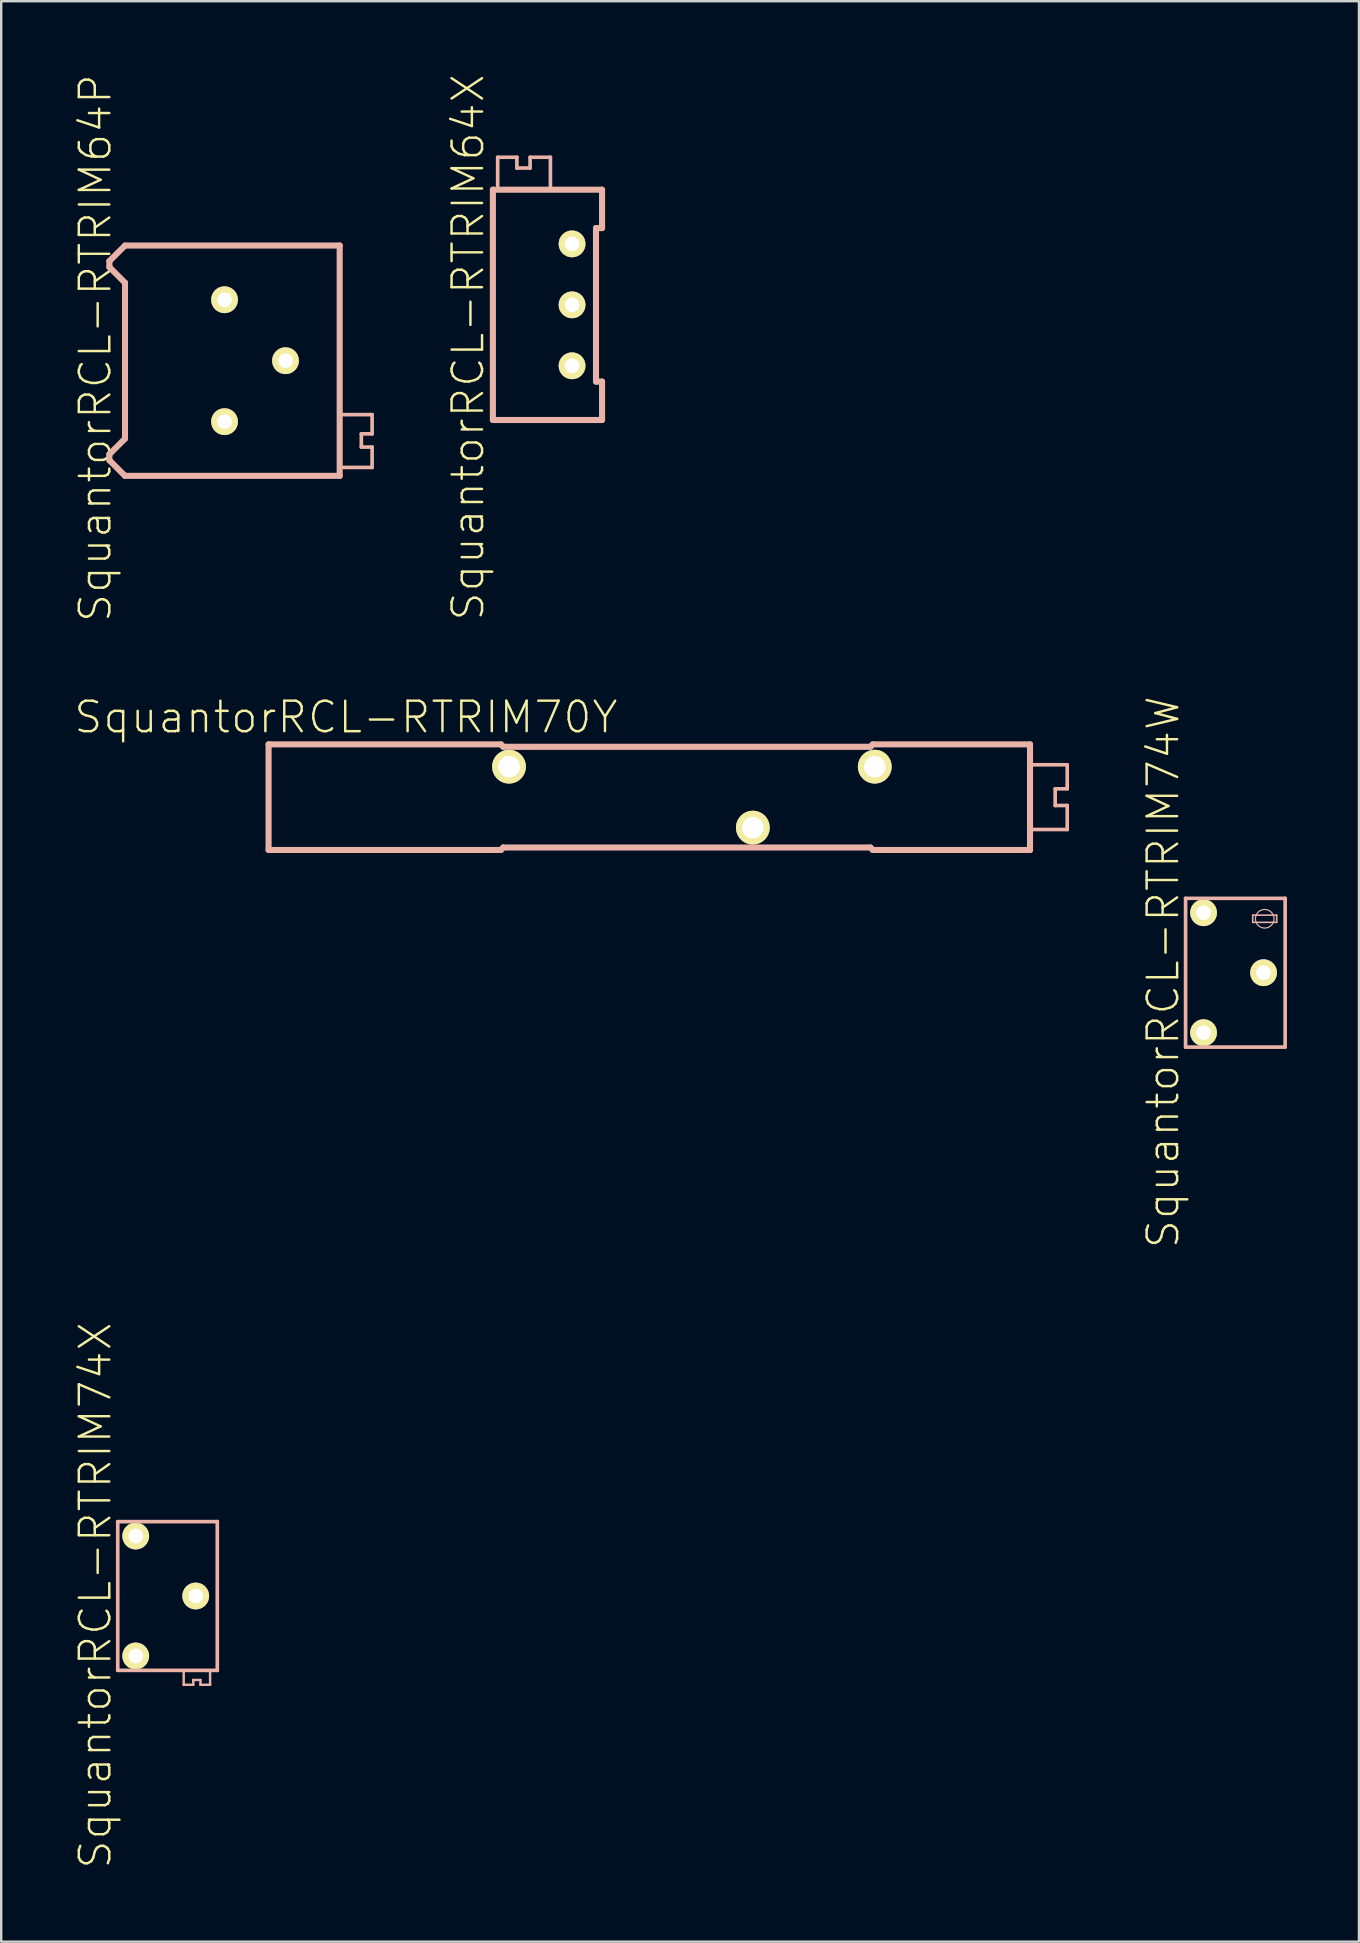
<source format=kicad_pcb>
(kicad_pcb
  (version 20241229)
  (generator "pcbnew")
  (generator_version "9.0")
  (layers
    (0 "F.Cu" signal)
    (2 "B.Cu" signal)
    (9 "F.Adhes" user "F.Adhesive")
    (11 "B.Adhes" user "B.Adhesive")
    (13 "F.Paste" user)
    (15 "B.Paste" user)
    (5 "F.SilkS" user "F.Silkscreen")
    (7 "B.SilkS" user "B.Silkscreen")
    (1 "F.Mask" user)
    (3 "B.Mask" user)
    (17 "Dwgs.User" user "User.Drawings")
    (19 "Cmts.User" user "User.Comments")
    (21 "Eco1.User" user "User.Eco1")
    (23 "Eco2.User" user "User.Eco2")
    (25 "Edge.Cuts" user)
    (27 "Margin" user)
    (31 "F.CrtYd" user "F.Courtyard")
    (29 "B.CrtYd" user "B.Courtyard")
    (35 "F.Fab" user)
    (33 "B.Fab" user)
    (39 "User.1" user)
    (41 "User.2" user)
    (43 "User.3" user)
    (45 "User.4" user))
  (footprint "SquantorRCL-RTRIM70Y"
    (layer "F.Cu")
    (at 24.509 30.165)
    (property "Reference" "SquantorRCL-RTRIM70Y" (at -13.145 -3.332 0) (layer "F.SilkS") (effects (font (size 1.27 1.27) (thickness 0.102))))
    (attr exclude_from_pos_files exclude_from_bom)
    (fp_line (start -16.368 -2.2) (end -16.368 2.2) (stroke (width 0.254) (type solid)) (layer "B.SilkS"))
    (fp_line (start -16.368 2.2) (end -6.688 2.2) (stroke (width 0.254) (type solid)) (layer "B.SilkS"))
    (fp_line (start -6.688 -2.2) (end -16.368 -2.2) (stroke (width 0.254) (type solid)) (layer "B.SilkS"))
    (fp_line (start -6.589 -2.098) (end -6.688 -2.2) (stroke (width 0.254) (type solid)) (layer "B.SilkS"))
    (fp_line (start -6.589 2.098) (end -6.688 2.2) (stroke (width 0.254) (type solid)) (layer "B.SilkS"))
    (fp_line (start 8.71 -2.098) (end -6.589 -2.098) (stroke (width 0.254) (type solid)) (layer "B.SilkS"))
    (fp_line (start 8.71 2.098) (end -6.589 2.098) (stroke (width 0.254) (type solid)) (layer "B.SilkS"))
    (fp_line (start 8.71 2.098) (end 8.809 2.2) (stroke (width 0.254) (type solid)) (layer "B.SilkS"))
    (fp_line (start 8.809 -2.2) (end 8.71 -2.098) (stroke (width 0.254) (type solid)) (layer "B.SilkS"))
    (fp_line (start 8.809 2.2) (end 15.359 2.2) (stroke (width 0.254) (type solid)) (layer "B.SilkS"))
    (fp_line (start 15.359 -2.2) (end 8.809 -2.2) (stroke (width 0.254) (type solid)) (layer "B.SilkS"))
    (fp_line (start 15.359 2.2) (end 15.359 -2.2) (stroke (width 0.254) (type solid)) (layer "B.SilkS"))
    (fp_line (start 15.458 -1.349) (end 16.909 -1.349) (stroke (width 0.152) (type solid)) (layer "B.SilkS"))
    (fp_line (start 16.408 -0.348) (end 16.408 0.348) (stroke (width 0.152) (type solid)) (layer "B.SilkS"))
    (fp_line (start 16.408 0.348) (end 16.909 0.348) (stroke (width 0.152) (type solid)) (layer "B.SilkS"))
    (fp_line (start 16.909 -1.349) (end 16.909 -0.348) (stroke (width 0.152) (type solid)) (layer "B.SilkS"))
    (fp_line (start 16.909 -0.348) (end 16.408 -0.348) (stroke (width 0.152) (type solid)) (layer "B.SilkS"))
    (fp_line (start 16.909 0.348) (end 16.909 1.349) (stroke (width 0.152) (type solid)) (layer "B.SilkS"))
    (fp_line (start 16.909 1.349) (end 15.458 1.349) (stroke (width 0.152) (type solid)) (layer "B.SilkS"))
    (pad "1" thru_hole circle (at -6.35 -1.27) (size 1.407 1.407) (drill 0.899) (layers "*.Cu" "F.Mask" "F.SilkS" "F.Paste"))
    (pad "2" thru_hole circle (at 3.81 1.27) (size 1.407 1.407) (drill 0.899) (layers "*.Cu" "F.Mask" "F.SilkS" "F.Paste"))
    (pad "3" thru_hole circle (at 8.89 -1.27) (size 1.407 1.407) (drill 0.899) (layers "*.Cu" "F.Mask" "F.SilkS" "F.Paste")))
  (footprint "SquantorRCL-RTRIM64X"
    (layer "F.Cu")
    (at 19.516 9.652)
    (property "Reference" "SquantorRCL-RTRIM64X" (at -3.063 1.773 90) (layer "F.SilkS") (effects (font (size 1.27 1.27) (thickness 0.102))))
    (attr exclude_from_pos_files exclude_from_bom)
    (fp_line (start -2.029 -4.798) (end 2.52 -4.798) (stroke (width 0.254) (type solid)) (layer "B.SilkS"))
    (fp_line (start -2.029 4.798) (end -2.029 -4.798) (stroke (width 0.254) (type solid)) (layer "B.SilkS"))
    (fp_line (start -1.829 -6.149) (end -1.029 -6.149) (stroke (width 0.152) (type solid)) (layer "B.SilkS"))
    (fp_line (start -1.829 -4.948) (end -1.829 -6.149) (stroke (width 0.152) (type solid)) (layer "B.SilkS"))
    (fp_line (start -1.029 -6.149) (end -1.029 -5.7) (stroke (width 0.152) (type solid)) (layer "B.SilkS"))
    (fp_line (start -1.029 -5.7) (end -0.478 -5.7) (stroke (width 0.152) (type solid)) (layer "B.SilkS"))
    (fp_line (start -0.478 -6.149) (end 0.368 -6.149) (stroke (width 0.152) (type solid)) (layer "B.SilkS"))
    (fp_line (start -0.478 -5.7) (end -0.478 -6.149) (stroke (width 0.152) (type solid)) (layer "B.SilkS"))
    (fp_line (start 0.368 -6.149) (end 0.368 -4.948) (stroke (width 0.152) (type solid)) (layer "B.SilkS"))
    (fp_line (start 2.268 -3.198) (end 2.268 3.198) (stroke (width 0.254) (type solid)) (layer "B.SilkS"))
    (fp_line (start 2.268 3.198) (end 2.52 3.198) (stroke (width 0.254) (type solid)) (layer "B.SilkS"))
    (fp_line (start 2.52 -4.798) (end 2.52 -3.198) (stroke (width 0.254) (type solid)) (layer "B.SilkS"))
    (fp_line (start 2.52 -3.198) (end 2.268 -3.198) (stroke (width 0.254) (type solid)) (layer "B.SilkS"))
    (fp_line (start 2.52 3.198) (end 2.52 4.798) (stroke (width 0.254) (type solid)) (layer "B.SilkS"))
    (fp_line (start 2.52 4.798) (end -2.029 4.798) (stroke (width 0.254) (type solid)) (layer "B.SilkS"))
    (pad "1" thru_hole circle (at 1.27 2.54) (size 1.118 1.118) (drill 0.61) (layers "*.Cu" "F.Mask" "F.SilkS" "F.Paste"))
    (pad "2" thru_hole circle (at 1.27 0) (size 1.118 1.118) (drill 0.61) (layers "*.Cu" "F.Mask" "F.SilkS" "F.Paste"))
    (pad "3" thru_hole circle (at 1.27 -2.54) (size 1.118 1.118) (drill 0.61) (layers "*.Cu" "F.Mask" "F.SilkS" "F.Paste")))
  (footprint "SquantorRCL-RTRIM74X"
    (layer "F.Cu")
    (at 3.855 63.451)
    (property "Reference" "SquantorRCL-RTRIM74X" (at -2.934 -0.023 90) (layer "F.SilkS") (effects (font (size 1.27 1.27) (thickness 0.102))))
    (attr exclude_from_pos_files exclude_from_bom)
    (fp_line (start -1.999 -3.099) (end -1.999 3.099) (stroke (width 0.152) (type solid)) (layer "B.SilkS"))
    (fp_line (start -1.999 3.099) (end 2.149 3.099) (stroke (width 0.152) (type solid)) (layer "B.SilkS"))
    (fp_line (start 0.749 3.15) (end 0.749 3.698) (stroke (width 0.102) (type solid)) (layer "B.SilkS"))
    (fp_line (start 0.749 3.698) (end 1.148 3.698) (stroke (width 0.102) (type solid)) (layer "B.SilkS"))
    (fp_line (start 1.148 3.498) (end 1.448 3.498) (stroke (width 0.102) (type solid)) (layer "B.SilkS"))
    (fp_line (start 1.148 3.698) (end 1.148 3.498) (stroke (width 0.102) (type solid)) (layer "B.SilkS"))
    (fp_line (start 1.448 3.498) (end 1.448 3.698) (stroke (width 0.102) (type solid)) (layer "B.SilkS"))
    (fp_line (start 1.448 3.698) (end 1.849 3.698) (stroke (width 0.102) (type solid)) (layer "B.SilkS"))
    (fp_line (start 1.849 3.698) (end 1.849 3.15) (stroke (width 0.102) (type solid)) (layer "B.SilkS"))
    (fp_line (start 2.149 -3.099) (end -1.999 -3.099) (stroke (width 0.152) (type solid)) (layer "B.SilkS"))
    (fp_line (start 2.149 3.099) (end 2.149 -3.099) (stroke (width 0.152) (type solid)) (layer "B.SilkS"))
    (pad "1" thru_hole circle (at -1.25 2.499) (size 1.118 1.118) (drill 0.61) (layers "*.Cu" "F.Mask" "F.SilkS" "F.Paste"))
    (pad "2" thru_hole circle (at 1.25 0) (size 1.118 1.118) (drill 0.61) (layers "*.Cu" "F.Mask" "F.SilkS" "F.Paste"))
    (pad "3" thru_hole circle (at -1.25 -2.499) (size 1.118 1.118) (drill 0.61) (layers "*.Cu" "F.Mask" "F.SilkS" "F.Paste")))
  (footprint "SquantorRCL-RTRIM74W"
    (layer "F.Cu")
    (at 48.349 37.48)
    (property "Reference" "SquantorRCL-RTRIM74W" (at -2.934 -0.023 90) (layer "F.SilkS") (effects (font (size 1.27 1.27) (thickness 0.102))))
    (attr exclude_from_pos_files exclude_from_bom)
    (fp_line (start -1.999 -3.099) (end -1.999 3.099) (stroke (width 0.152) (type solid)) (layer "B.SilkS"))
    (fp_line (start -1.999 3.099) (end 2.149 3.099) (stroke (width 0.152) (type solid)) (layer "B.SilkS"))
    (fp_line (start 0.798 -2.398) (end 1.798 -2.398) (stroke (width 0.066) (type solid)) (layer "B.SilkS"))
    (fp_line (start 0.798 -2.098) (end 0.798 -2.398) (stroke (width 0.066) (type solid)) (layer "B.SilkS"))
    (fp_line (start 0.798 -2.098) (end 1.798 -2.098) (stroke (width 0.066) (type solid)) (layer "B.SilkS"))
    (fp_line (start 1.798 -2.098) (end 1.798 -2.398) (stroke (width 0.066) (type solid)) (layer "B.SilkS"))
    (fp_line (start 2.149 -3.099) (end -1.999 -3.099) (stroke (width 0.152) (type solid)) (layer "B.SilkS"))
    (fp_line (start 2.149 3.099) (end 2.149 -3.099) (stroke (width 0.152) (type solid)) (layer "B.SilkS"))
    (fp_circle (center 1.298 -2.248) (end 1.572 -2.522) (stroke (width 0.051) (type solid)) (fill no) (layer "B.SilkS"))
    (pad "1" thru_hole circle (at -1.25 2.499) (size 1.118 1.118) (drill 0.61) (layers "*.Cu" "F.Mask" "F.SilkS" "F.Paste"))
    (pad "2" thru_hole circle (at 1.25 0) (size 1.118 1.118) (drill 0.61) (layers "*.Cu" "F.Mask" "F.SilkS" "F.Paste"))
    (pad "3" thru_hole circle (at -1.25 -2.499) (size 1.118 1.118) (drill 0.61) (layers "*.Cu" "F.Mask" "F.SilkS" "F.Paste")))
  (footprint "SquantorRCL-RTRIM64P"
    (layer "F.Cu")
    (at 6.306 11.979)
    (property "Reference" "SquantorRCL-RTRIM64P" (at -5.385 -0.523 90) (layer "F.SilkS") (effects (font (size 1.27 1.27) (thickness 0.102))))
    (attr exclude_from_pos_files exclude_from_bom)
    (fp_line (start -4.798 -4.148) (end -4.148 -4.798) (stroke (width 0.254) (type solid)) (layer "B.SilkS"))
    (fp_line (start -4.798 -3.899) (end -4.798 -4.148) (stroke (width 0.254) (type solid)) (layer "B.SilkS"))
    (fp_line (start -4.798 3.899) (end -4.148 3.249) (stroke (width 0.254) (type solid)) (layer "B.SilkS"))
    (fp_line (start -4.798 4.148) (end -4.798 3.899) (stroke (width 0.254) (type solid)) (layer "B.SilkS"))
    (fp_line (start -4.148 -4.798) (end 4.798 -4.798) (stroke (width 0.254) (type solid)) (layer "B.SilkS"))
    (fp_line (start -4.148 -3.249) (end -4.798 -3.899) (stroke (width 0.254) (type solid)) (layer "B.SilkS"))
    (fp_line (start -4.148 3.249) (end -4.148 -3.249) (stroke (width 0.254) (type solid)) (layer "B.SilkS"))
    (fp_line (start -4.148 4.798) (end -4.798 4.148) (stroke (width 0.254) (type solid)) (layer "B.SilkS"))
    (fp_line (start 4.798 -4.798) (end 4.798 4.798) (stroke (width 0.254) (type solid)) (layer "B.SilkS"))
    (fp_line (start 4.798 4.798) (end -4.148 4.798) (stroke (width 0.254) (type solid)) (layer "B.SilkS"))
    (fp_line (start 4.948 2.248) (end 6.149 2.248) (stroke (width 0.152) (type solid)) (layer "B.SilkS"))
    (fp_line (start 5.7 3.048) (end 5.7 3.599) (stroke (width 0.152) (type solid)) (layer "B.SilkS"))
    (fp_line (start 5.7 3.599) (end 6.149 3.599) (stroke (width 0.152) (type solid)) (layer "B.SilkS"))
    (fp_line (start 6.149 2.248) (end 6.149 3.048) (stroke (width 0.152) (type solid)) (layer "B.SilkS"))
    (fp_line (start 6.149 3.048) (end 5.7 3.048) (stroke (width 0.152) (type solid)) (layer "B.SilkS"))
    (fp_line (start 6.149 3.599) (end 6.149 4.448) (stroke (width 0.152) (type solid)) (layer "B.SilkS"))
    (fp_line (start 6.149 4.448) (end 4.948 4.448) (stroke (width 0.152) (type solid)) (layer "B.SilkS"))
    (pad "1" thru_hole circle (at 0 2.54) (size 1.118 1.118) (drill 0.61) (layers "*.Cu" "F.Mask" "F.SilkS" "F.Paste"))
    (pad "2" thru_hole circle (at 2.54 0) (size 1.118 1.118) (drill 0.61) (layers "*.Cu" "F.Mask" "F.SilkS" "F.Paste"))
    (pad "3" thru_hole circle (at 0 -2.54) (size 1.118 1.118) (drill 0.61) (layers "*.Cu" "F.Mask" "F.SilkS" "F.Paste")))
  (gr_rect
    (start -3 -3)
    (end 53.574 77.853)
    (stroke (width 0.1) (type default))
    (fill no)
    (layer "Edge.Cuts")))
</source>
